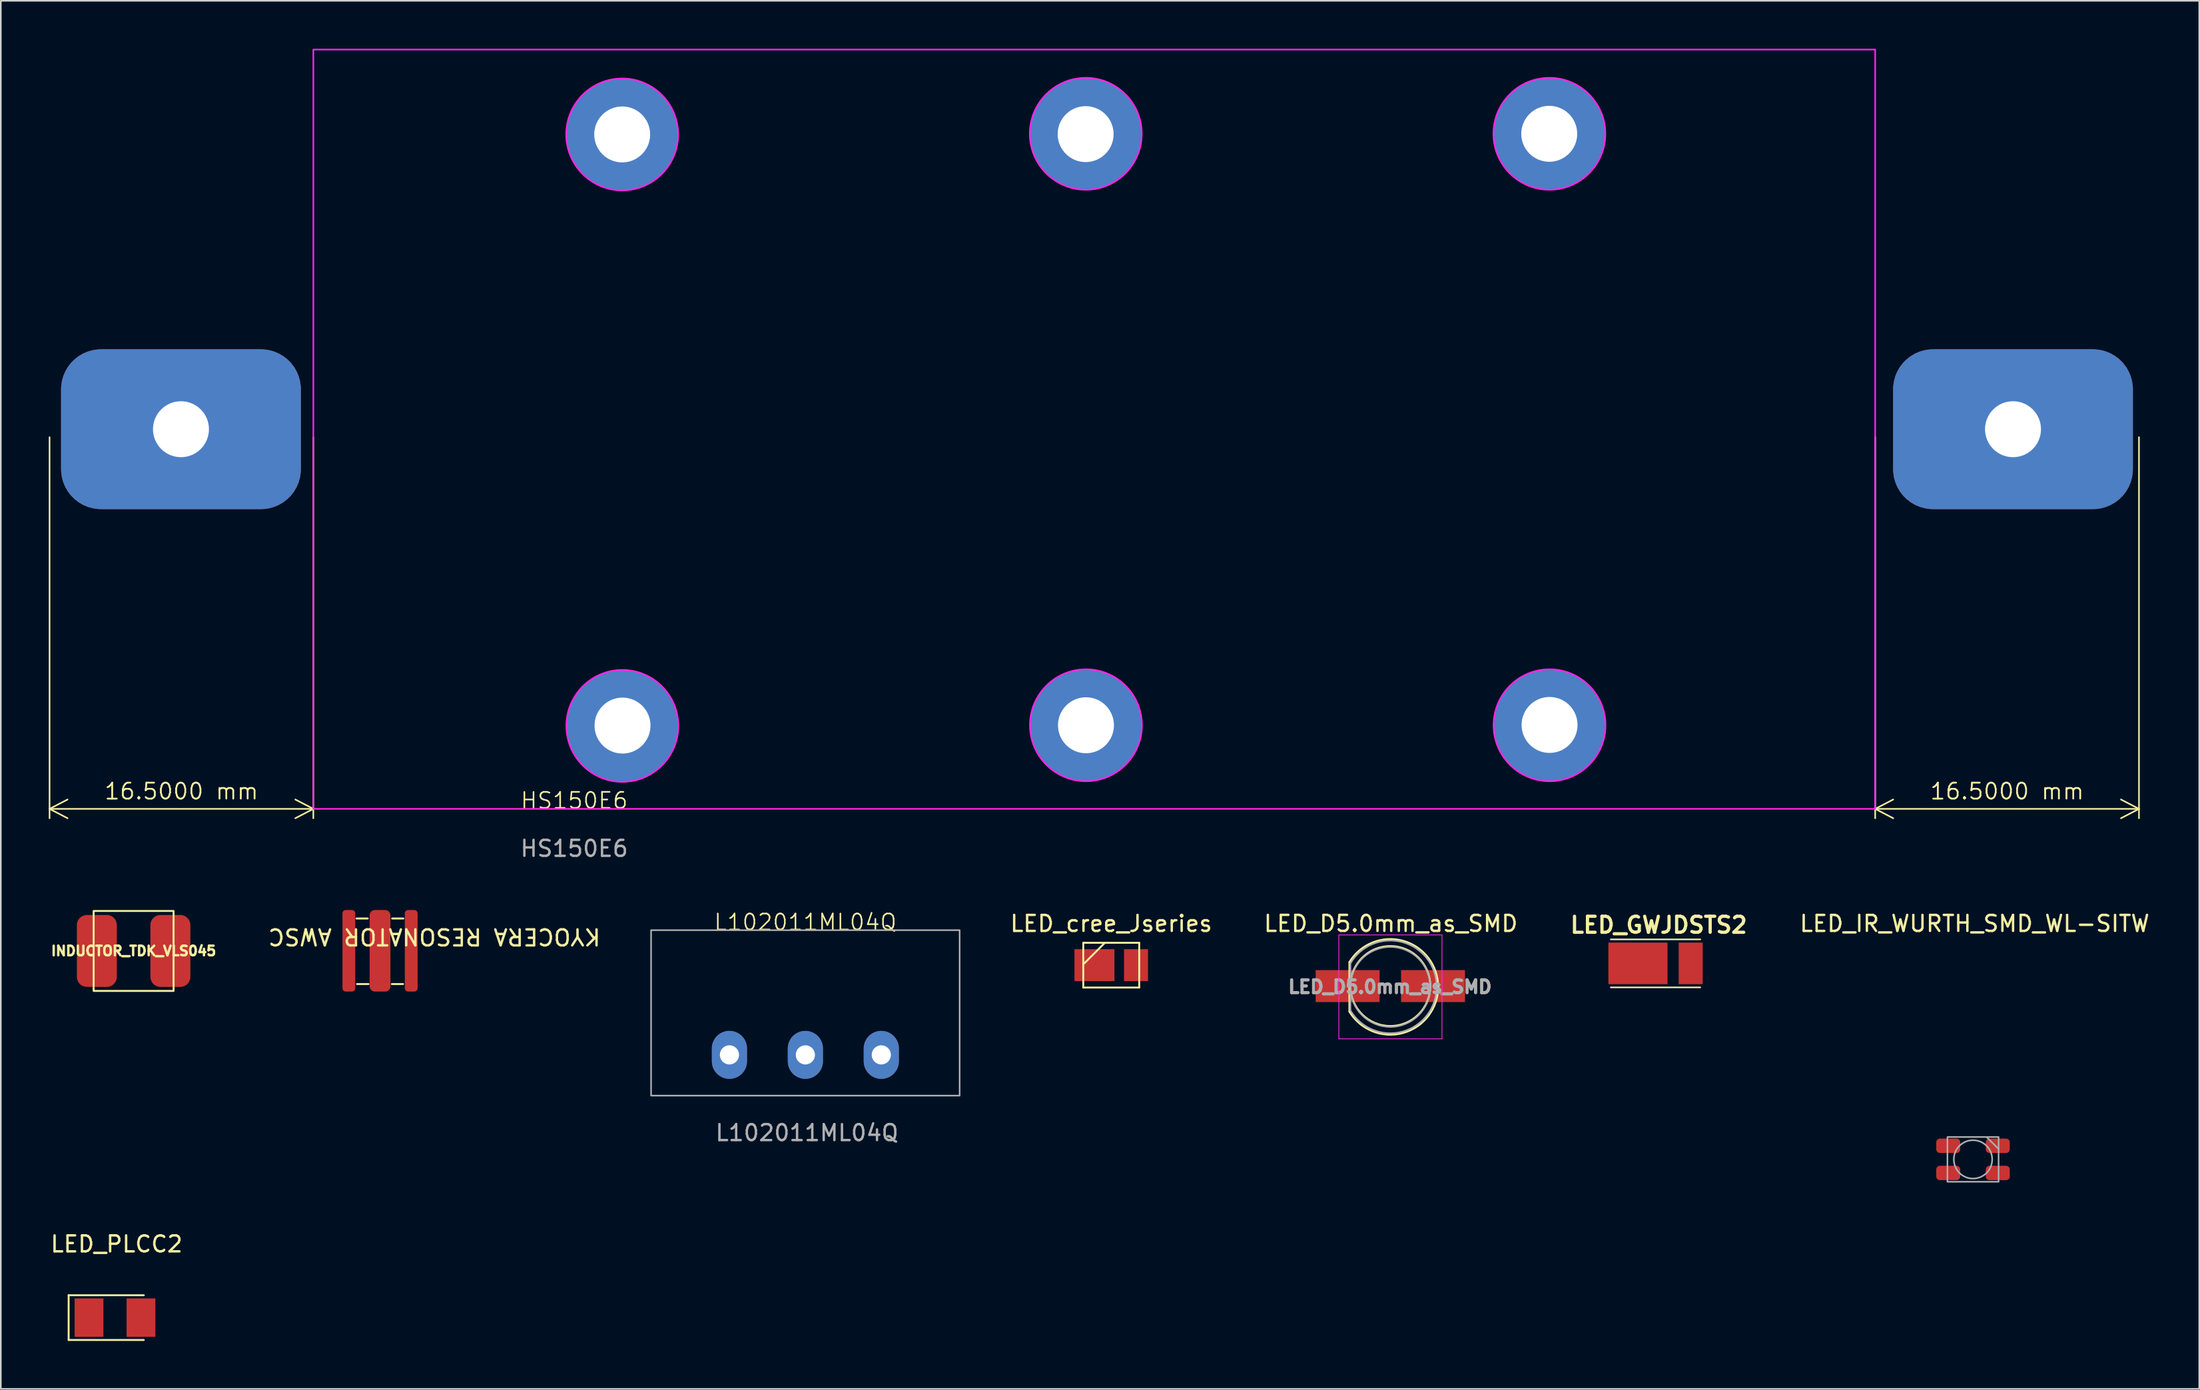
<source format=kicad_pcb>
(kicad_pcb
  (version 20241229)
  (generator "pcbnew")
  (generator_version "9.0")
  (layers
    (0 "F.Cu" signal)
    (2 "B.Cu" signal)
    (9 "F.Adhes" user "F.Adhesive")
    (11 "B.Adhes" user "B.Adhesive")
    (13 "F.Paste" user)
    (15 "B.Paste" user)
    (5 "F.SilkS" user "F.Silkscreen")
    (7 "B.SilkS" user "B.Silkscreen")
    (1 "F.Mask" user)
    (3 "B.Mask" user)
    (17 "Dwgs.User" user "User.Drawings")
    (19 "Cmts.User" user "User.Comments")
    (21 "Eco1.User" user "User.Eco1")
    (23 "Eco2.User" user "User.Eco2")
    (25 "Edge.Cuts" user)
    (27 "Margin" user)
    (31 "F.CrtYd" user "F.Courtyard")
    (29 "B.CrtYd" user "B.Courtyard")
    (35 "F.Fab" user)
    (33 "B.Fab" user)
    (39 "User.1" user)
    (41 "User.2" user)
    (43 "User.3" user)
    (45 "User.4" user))
  (footprint "KYOCERA RESONATOR AWSC"
    (layer "F.Cu")
    (at 20.722 56.428)
    (property "Reference" "KYOCERA RESONATOR AWSC" (at 3.4 -0.885 180) (unlocked yes) (layer "F.SilkS") (effects (font (size 1 1) (thickness 0.15))))
    (attr smd)
    (fp_line (start -1.47 -2.02) (end -0.77 -2.02) (stroke (width 0.12) (type solid)) (layer "F.SilkS"))
    (fp_line (start -1.44 2.08) (end -0.72 2.08) (stroke (width 0.12) (type solid)) (layer "F.SilkS"))
    (fp_line (start 0.74 2.08) (end 1.44 2.08) (stroke (width 0.12) (type solid)) (layer "F.SilkS"))
    (fp_line (start 0.76 -2.02) (end 1.46 -2.02) (stroke (width 0.12) (type solid)) (layer "F.SilkS"))
    (pad "1" smd roundrect (at -1.95 0) (size 0.8 5.1) (layers "F.Cu" "F.Mask" "F.Paste") (roundrect_rratio 0.25))
    (pad "2" smd roundrect (at 0 0) (size 1.3 5.1) (layers "F.Cu" "F.Mask" "F.Paste") (roundrect_rratio 0.25))
    (pad "3" smd roundrect (at 1.95 0) (size 0.8 5.1) (layers "F.Cu" "F.Mask" "F.Paste") (roundrect_rratio 0.25)))
  (footprint "INDUCTOR_TDK_VLS045"
    (layer "F.Cu")
    (at 5.308 56.438)
    (property "Reference" "INDUCTOR_TDK_VLS045" (at 0 0 0) (unlocked yes) (layer "F.SilkS") (effects (font (size 0.6 0.6) (thickness 0.15))))
    (attr smd)
    (fp_rect (start -2.5 -2.5) (end 2.5 2.5) (stroke (width 0.12) (type solid)) (fill no) (layer "F.SilkS"))
    (pad "1" smd roundrect (at -2.3 0) (size 2.5 4.5) (layers "F.Cu" "F.Mask" "F.Paste") (roundrect_rratio 0.25))
    (pad "2" smd roundrect (at 2.3 0) (size 2.5 4.5) (layers "F.Cu" "F.Mask" "F.Paste") (roundrect_rratio 0.25)))
  (footprint "HS150E6"
    (layer "F.Cu")
    (at 32.87 47.53)
    (property "Reference" "HS150E6" (at 0 -0.5 0) (unlocked yes) (layer "F.SilkS") (effects (font (size 1 1) (thickness 0.1))))
    (attr smd)
    (fp_rect (start -16.32 -47.48) (end 81.38 0.02) (stroke (width 0.1) (type default)) (fill no) (layer "F.CrtYd"))
    (fp_circle (center 3 -42.17) (end 6.5 -42.17) (stroke (width 0.1) (type default)) (fill no) (layer "F.CrtYd"))
    (fp_circle (center 3.01 -5.17) (end 6.51 -5.17) (stroke (width 0.1) (type default)) (fill no) (layer "F.CrtYd"))
    (fp_circle (center 32 -42.21) (end 35.5 -42.21) (stroke (width 0.1) (type default)) (fill no) (layer "F.CrtYd"))
    (fp_circle (center 32.01 -5.21) (end 35.51 -5.21) (stroke (width 0.1) (type default)) (fill no) (layer "F.CrtYd"))
    (fp_circle (center 61 -42.21) (end 64.5 -42.21) (stroke (width 0.1) (type default)) (fill no) (layer "F.CrtYd"))
    (fp_circle (center 61.01 -5.21) (end 64.51 -5.21) (stroke (width 0.1) (type default)) (fill no) (layer "F.CrtYd"))
    (fp_text user "${REFERENCE}" (at 0 2.5 0) (unlocked yes) (layer "F.Fab") (effects (font (size 1 1) (thickness 0.15))))
    (dimension (type aligned) (layer "F.SilkS") (pts (xy 114.25 23.8) (xy 130.75 23.8)) (height 23.75) (format (prefix "") (suffix "") (units 3) (units_format 1) (precision 4)) (style (thickness 0.1) (arrow_length 1.27) (text_position_mode 0) (arrow_direction outward) (extension_height 0.586) (extension_offset 0.5) (keep_text_aligned yes)) (gr_text "16.5000 mm" (at 122.5 46.45 0) (layer "F.SilkS") (effects (font (size 1 1) (thickness 0.1)))))
    (dimension (type aligned) (layer "F.SilkS") (pts (xy 16.55 23.8) (xy 0.05 23.8)) (height -23.75) (format (prefix "") (suffix "") (units 3) (units_format 1) (precision 4)) (style (thickness 0.1) (arrow_length 1.27) (text_position_mode 0) (arrow_direction outward) (extension_height 0.586) (extension_offset 0.5) (keep_text_aligned yes)) (gr_text "16.5000 mm" (at 8.3 46.45 0) (layer "F.SilkS") (effects (font (size 1 1) (thickness 0.1)))))
    (pad "" thru_hole circle (at 3 -42.17) (size 7 7) (drill 3.5) (layers "*.Cu" "*.Mask"))
    (pad "" thru_hole circle (at 3.02 -5.19) (size 7 7) (drill 3.5) (layers "*.Cu" "*.Mask"))
    (pad "" thru_hole circle (at 31.99 -42.19) (size 7 7) (drill 3.5) (layers "*.Cu" "*.Mask"))
    (pad "" thru_hole circle (at 32.01 -5.21) (size 7 7) (drill 3.5) (layers "*.Cu" "*.Mask"))
    (pad "" thru_hole circle (at 60.99 -42.21) (size 7 7) (drill 3.5) (layers "*.Cu" "*.Mask"))
    (pad "" thru_hole circle (at 61.01 -5.23) (size 7 7) (drill 3.5) (layers "*.Cu" "*.Mask"))
    (pad "0" thru_hole roundrect (at -24.6 -23.73) (size 15 10) (drill 3.5) (layers "*.Cu" "*.Mask") (roundrect_rratio 0.25))
    (pad "0" thru_hole roundrect (at 90 -23.73) (size 15 10) (drill 3.5) (layers "*.Cu" "*.Mask") (roundrect_rratio 0.25)))
  (footprint "LED_PLCC2"
    (layer "F.Cu")
    (at 4.144 79.375)
    (property "Reference" "LED_PLCC2" (at 0.1 -4.6 0) (layer "F.SilkS") (effects (font (size 1 1) (thickness 0.15))))
    (attr through_hole)
    (fp_line (start -2.9 -1.4) (end -2.9 1.4) (stroke (width 0.12) (type solid)) (layer "F.SilkS"))
    (fp_line (start -2.9 1.4) (end 1.8 1.4) (stroke (width 0.12) (type solid)) (layer "F.SilkS"))
    (fp_line (start 1.8 -1.4) (end -2.9 -1.4) (stroke (width 0.12) (type solid)) (layer "F.SilkS"))
    (pad "1" smd rect (at -1.625 0) (size 1.8 2.4) (layers "F.Cu" "F.Mask" "F.Paste"))
    (pad "2" smd rect (at 1.625 0) (size 1.8 2.4) (layers "F.Cu" "F.Mask" "F.Paste")))
  (footprint "L102011ML04Q"
    (layer "F.Cu")
    (at 47.328 55.139)
    (property "Reference" "L102011ML04Q" (at 0 -0.5 0) (unlocked yes) (layer "F.SilkS") (effects (font (size 1 1) (thickness 0.1))))
    (attr through_hole)
    (fp_rect (start -9.65 0) (end 9.65 10.35) (stroke (width 0.1) (type default)) (fill no) (layer "F.Fab"))
    (fp_text user "${REFERENCE}" (at 0.1 12.675 0) (unlocked yes) (layer "F.Fab") (effects (font (size 1 1) (thickness 0.15))))
    (pad "1" thru_hole oval (at 4.75 7.8) (size 2.2 3) (drill 1.2) (layers "*.Cu" "*.Mask"))
    (pad "2" thru_hole oval (at 0 7.8) (size 2.2 3) (drill 1.2) (layers "*.Cu" "*.Mask"))
    (pad "3" thru_hole oval (at -4.75 7.8) (size 2.2 3) (drill 1.2) (layers "*.Cu" "*.Mask")))
  (footprint "LED_cree_Jseries"
    (layer "F.Cu")
    (at 66.962 57.327)
    (property "Reference" "LED_cree_Jseries" (at -0.5 -2.6 0) (layer "F.SilkS") (effects (font (size 1 1) (thickness 0.15))))
    (attr through_hole)
    (fp_line (start -2.25 1.4) (end -2.25 -1.4) (stroke (width 0.12) (type solid)) (layer "F.SilkS"))
    (fp_line (start -0.9 -1.4) (end -2.2 -0.1) (stroke (width 0.12) (type solid)) (layer "F.SilkS"))
    (fp_line (start 1.25 -1.4) (end -2.25 -1.4) (stroke (width 0.12) (type solid)) (layer "F.SilkS"))
    (fp_line (start 1.25 -1.4) (end 1.25 1.4) (stroke (width 0.12) (type solid)) (layer "F.SilkS"))
    (fp_line (start 1.25 1.4) (end -2.25 1.4) (stroke (width 0.12) (type solid)) (layer "F.SilkS"))
    (pad "1" smd rect (at -1.55 0) (size 2.5 2) (layers "F.Cu" "F.Mask" "F.Paste"))
    (pad "2" smd rect (at 1.05 0) (size 1.5 2) (layers "F.Cu" "F.Mask" "F.Paste")))
  (footprint "LED_D5.0mm_as_SMD"
    (layer "F.Cu")
    (at 83.92 58.636)
    (property "Reference" "LED_D5.0mm_as_SMD" (at 0.03 -3.91 0) (layer "F.SilkS") (effects (font (size 1 1) (thickness 0.15))))
    (attr through_hole)
    (fp_line (start -2.56 -1.495) (end -2.56 1.595) (stroke (width 0.12) (type solid)) (layer "F.SilkS"))
    (fp_arc (start -2.56 -1.49483) (mid 0.802002 -2.830433) (end 2.99 0.050462) (stroke (width 0.12) (type solid)) (layer "F.SilkS"))
    (fp_arc (start 2.99 0.049538) (mid 0.802002 2.930433) (end -2.56 1.59483) (stroke (width 0.12) (type solid)) (layer "F.SilkS"))
    (fp_circle (center 0 0) (end 2.5 0) (stroke (width 0.12) (type solid)) (fill no) (layer "F.SilkS"))
    (fp_line (start -3.22 -3.2) (end -3.22 3.3) (stroke (width 0.05) (type solid)) (layer "F.CrtYd"))
    (fp_line (start -3.22 3.3) (end 3.23 3.3) (stroke (width 0.05) (type solid)) (layer "F.CrtYd"))
    (fp_line (start 3.23 -3.2) (end -3.22 -3.2) (stroke (width 0.05) (type solid)) (layer "F.CrtYd"))
    (fp_line (start 3.23 3.3) (end 3.23 -3.2) (stroke (width 0.05) (type solid)) (layer "F.CrtYd"))
    (fp_line (start -2.5 -1.42) (end -2.5 1.52) (stroke (width 0.1) (type solid)) (layer "F.Fab"))
    (fp_arc (start -2.5 -1.419694) (mid 2.9 0.050016) (end -2.500016 1.519666) (stroke (width 0.1) (type solid)) (layer "F.Fab"))
    (fp_circle (center 0 0.05) (end 2.5 0.05) (stroke (width 0.1) (type solid)) (fill no) (layer "F.Fab"))
    (fp_text user "${REFERENCE}" (at -0.02 0.05 0) (layer "F.Fab") (effects (font (size 0.8 0.8) (thickness 0.2))))
    (pad "1" smd rect (at -1.27 0) (size 4 2) (drill (offset -1.4 0)) (layers "F.Cu" "F.Mask" "F.Paste"))
    (pad "2" smd rect (at 1.27 0) (size 4 2) (drill (offset 1.4 0)) (layers "F.Cu" "F.Mask" "F.Paste")))
  (footprint "LED_IR_WURTH_SMD_WL-SITW"
    (layer "F.Cu")
    (at 120.368 69.477)
    (property "Reference" "LED_IR_WURTH_SMD_WL-SITW" (at 0.1 -14.75 0) (unlocked yes) (layer "F.SilkS") (effects (font (size 1 1) (thickness 0.15))))
    (attr smd)
    (fp_line (start 0.85 -1.4) (end 1.6 -0.65) (stroke (width 0.1) (type default)) (layer "F.Fab"))
    (fp_rect (start -1.6 -1.4) (end 1.6 1.4) (stroke (width 0.1) (type default)) (fill no) (layer "F.Fab"))
    (fp_circle (center 0 0) (end 1.2 0) (stroke (width 0.1) (type default)) (fill no) (layer "F.Fab"))
    (pad "1" smd roundrect (at 1.55 -0.85) (size 1.5 0.9) (layers "F.Cu" "F.Mask" "F.Paste") (roundrect_rratio 0.25))
    (pad "2" smd roundrect (at -1.55 -0.85) (size 1.5 0.9) (layers "F.Cu" "F.Mask" "F.Paste") (roundrect_rratio 0.25))
    (pad "2" smd roundrect (at -1.55 0.85) (size 1.5 0.9) (layers "F.Cu" "F.Mask" "F.Paste") (roundrect_rratio 0.25))
    (pad "2" smd roundrect (at 1.55 0.85) (size 1.5 0.9) (layers "F.Cu" "F.Mask" "F.Paste") (roundrect_rratio 0.25)))
  (footprint "LED_GWJDSTS2"
    (layer "F.Cu")
    (at 100.509 57.216)
    (property "Reference" "LED_GWJDSTS2" (at 0.2 -2.4 0) (layer "F.SilkS") (effects (font (size 1.001 1.001) (thickness 0.201))))
    (fp_line (start -2.799 -1.501) (end 2.799 -1.501) (stroke (width 0.099) (type solid)) (layer "F.SilkS"))
    (fp_line (start 2.799 1.501) (end -2.799 1.501) (stroke (width 0.099) (type solid)) (layer "F.SilkS"))
    (pad "1" smd rect (at -1.1 0) (size 3.701 2.601) (layers "F.Cu" "F.Mask" "F.Paste"))
    (pad "2" connect rect (at 2.2 0) (size 1.501 2.601) (layers "F.Cu" "F.Mask")))
  (gr_rect
    (start -3 -3)
    (end 134.521 83.835)
    (stroke (width 0.1) (type default))
    (fill no)
    (layer "Edge.Cuts")))
</source>
